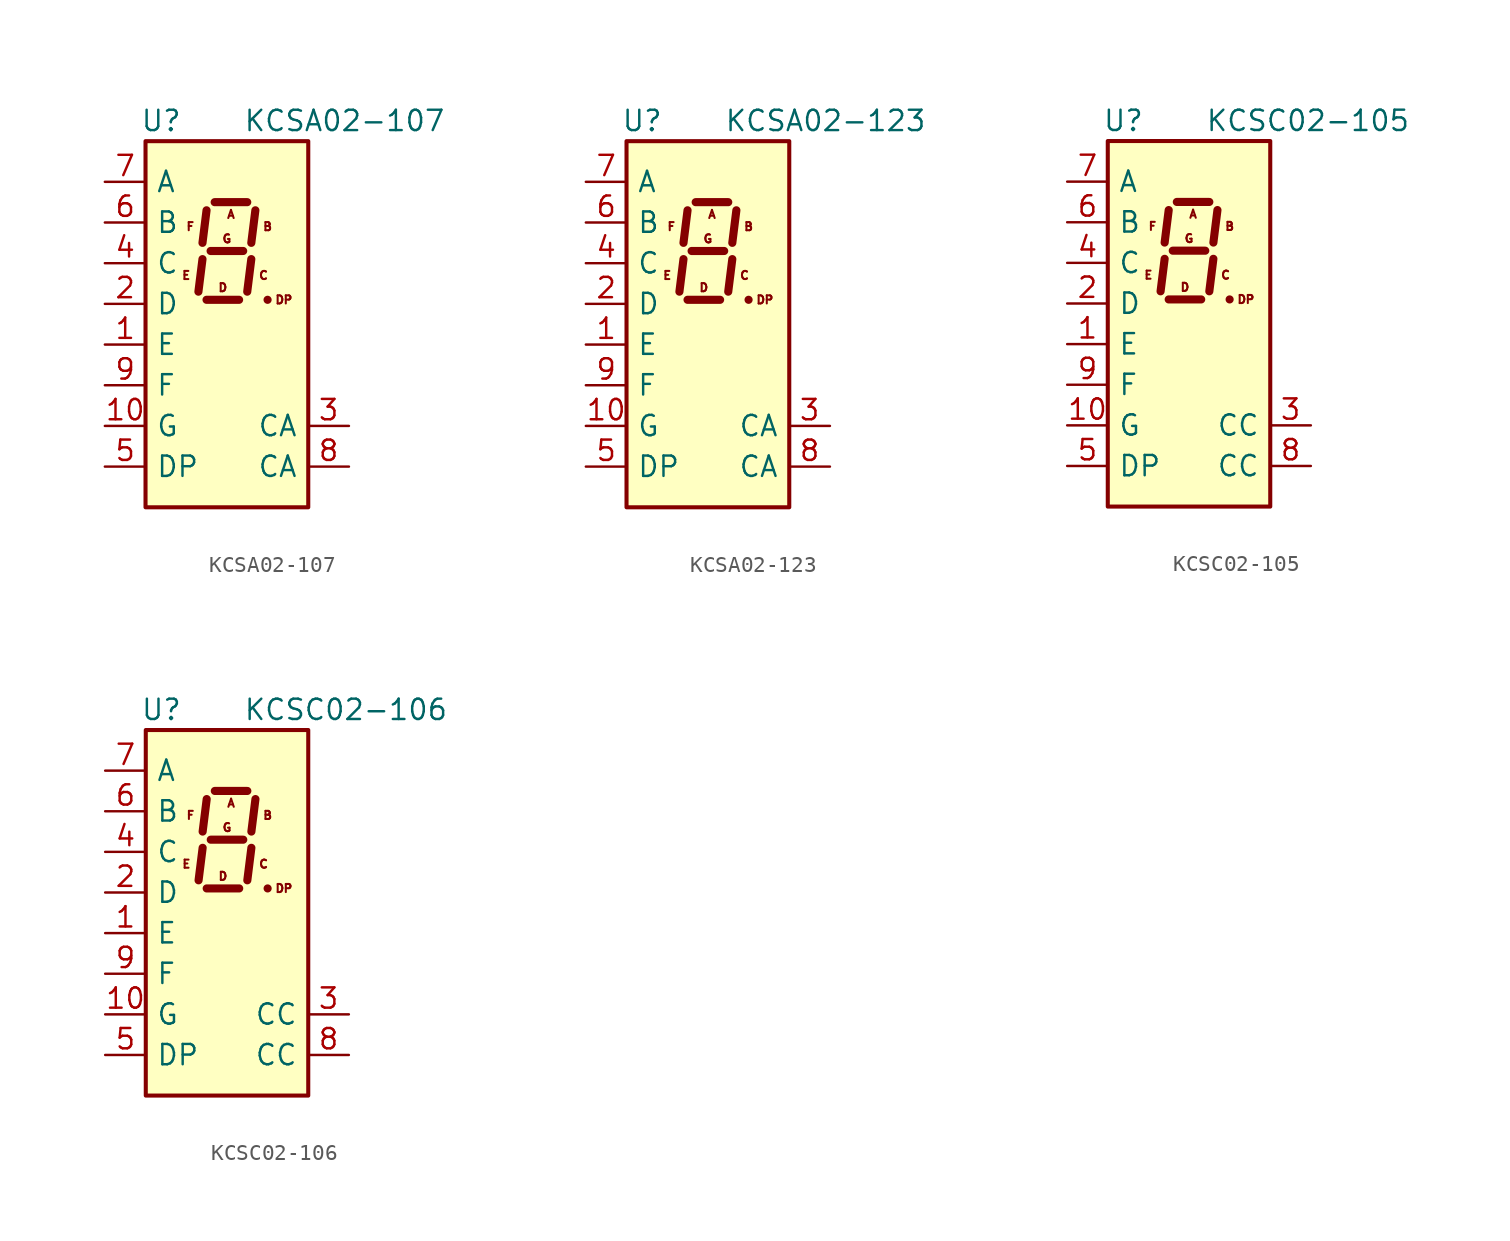
<source format=kicad_sym>
(kicad_symbol_lib
  (version 20231120)
  (generator "kicad_symbol_editor")
  (generator_version "8.0")
  (symbol "KCSA02-107"
    (pin_names
      (offset 0.635))
    (property "Reference" "U"
      (at -2.794 11.43 0)
      (effects (font (size 1.27 1.27)) (justify right)))
    (property "Value" "KCSA02-107"
      (at 1.016 11.43 0)
      (effects (font (size 1.27 1.27)) (justify left)))
    (symbol "KCSA02-107_0_0"
      (text "A" (at 0.254 5.588 0) (effects (font (size 0.508 0.508))))
      (text "B" (at 2.54 4.826 0) (effects (font (size 0.508 0.508))))
      (text "C" (at 2.286 1.778 0) (effects (font (size 0.508 0.508))))
      (text "D" (at -0.254 1.016 0) (effects (font (size 0.508 0.508))))
      (text "DP" (at 3.556 0.254 0) (effects (font (size 0.508 0.508))))
      (text "E" (at -2.54 1.778 0) (effects (font (size 0.508 0.508))))
      (text "F" (at -2.286 4.826 0) (effects (font (size 0.508 0.508))))
      (text "G" (at 0 4.064 0) (effects (font (size 0.508 0.508)))))
    (symbol "KCSA02-107_0_1"
      (rectangle (start -5.08 10.16) (end 5.08 -12.7) (stroke (width 0.254) (type default)) (fill (type background)))
      (polyline (pts (xy -1.524 2.794) (xy -1.778 0.762)) (stroke (width 0.508) (type default)) (fill (type none)))
      (polyline (pts (xy -1.27 0.254) (xy 0.762 0.254)) (stroke (width 0.508) (type default)) (fill (type none)))
      (polyline (pts (xy -1.27 5.842) (xy -1.524 3.81)) (stroke (width 0.508) (type default)) (fill (type none)))
      (polyline (pts (xy -1.016 3.302) (xy 1.016 3.302)) (stroke (width 0.508) (type default)) (fill (type none)))
      (polyline (pts (xy -0.762 6.35) (xy 1.27 6.35)) (stroke (width 0.508) (type default)) (fill (type none)))
      (polyline (pts (xy 1.524 2.794) (xy 1.27 0.762)) (stroke (width 0.508) (type default)) (fill (type none)))
      (polyline (pts (xy 1.778 5.842) (xy 1.524 3.81)) (stroke (width 0.508) (type default)) (fill (type none)))
      (polyline (pts (xy 2.54 0.254) (xy 2.54 0.254)) (stroke (width 0.508) (type default)) (fill (type none))))
    (symbol "KCSA02-107_1_1"
      (pin input line (at -7.62 -2.54 0) (length 2.54) (name "E" (effects (font (size 1.27 1.27)))) (number "1" (effects (font (size 1.27 1.27)))))
      (pin input line (at -7.62 -7.62 0) (length 2.54) (name "G" (effects (font (size 1.27 1.27)))) (number "10" (effects (font (size 1.27 1.27)))))
      (pin input line (at -7.62 0 0) (length 2.54) (name "D" (effects (font (size 1.27 1.27)))) (number "2" (effects (font (size 1.27 1.27)))))
      (pin input line (at 7.62 -7.62 180) (length 2.54) (name "CA" (effects (font (size 1.27 1.27)))) (number "3" (effects (font (size 1.27 1.27)))))
      (pin input line (at -7.62 2.54 0) (length 2.54) (name "C" (effects (font (size 1.27 1.27)))) (number "4" (effects (font (size 1.27 1.27)))))
      (pin input line (at -7.62 -10.16 0) (length 2.54) (name "DP" (effects (font (size 1.27 1.27)))) (number "5" (effects (font (size 1.27 1.27)))))
      (pin input line (at -7.62 5.08 0) (length 2.54) (name "B" (effects (font (size 1.27 1.27)))) (number "6" (effects (font (size 1.27 1.27)))))
      (pin input line (at -7.62 7.62 0) (length 2.54) (name "A" (effects (font (size 1.27 1.27)))) (number "7" (effects (font (size 1.27 1.27)))))
      (pin input line (at 7.62 -10.16 180) (length 2.54) (name "CA" (effects (font (size 1.27 1.27)))) (number "8" (effects (font (size 1.27 1.27)))))
      (pin input line (at -7.62 -5.08 0) (length 2.54) (name "F" (effects (font (size 1.27 1.27)))) (number "9" (effects (font (size 1.27 1.27)))))))
  (symbol "KCSA02-123"
    (pin_names
      (offset 0.635))
    (property "Reference" "U"
      (at -2.794 11.43 0)
      (effects (font (size 1.27 1.27)) (justify right)))
    (property "Value" "KCSA02-123"
      (at 1.016 11.43 0)
      (effects (font (size 1.27 1.27)) (justify left)))
    (symbol "KCSA02-123_0_0"
      (text "A" (at 0.254 5.588 0) (effects (font (size 0.508 0.508))))
      (text "B" (at 2.54 4.826 0) (effects (font (size 0.508 0.508))))
      (text "C" (at 2.286 1.778 0) (effects (font (size 0.508 0.508))))
      (text "D" (at -0.254 1.016 0) (effects (font (size 0.508 0.508))))
      (text "DP" (at 3.556 0.254 0) (effects (font (size 0.508 0.508))))
      (text "E" (at -2.54 1.778 0) (effects (font (size 0.508 0.508))))
      (text "F" (at -2.286 4.826 0) (effects (font (size 0.508 0.508))))
      (text "G" (at 0 4.064 0) (effects (font (size 0.508 0.508)))))
    (symbol "KCSA02-123_0_1"
      (rectangle (start -5.08 10.16) (end 5.08 -12.7) (stroke (width 0.254) (type default)) (fill (type background)))
      (polyline (pts (xy -1.524 2.794) (xy -1.778 0.762)) (stroke (width 0.508) (type default)) (fill (type none)))
      (polyline (pts (xy -1.27 0.254) (xy 0.762 0.254)) (stroke (width 0.508) (type default)) (fill (type none)))
      (polyline (pts (xy -1.27 5.842) (xy -1.524 3.81)) (stroke (width 0.508) (type default)) (fill (type none)))
      (polyline (pts (xy -1.016 3.302) (xy 1.016 3.302)) (stroke (width 0.508) (type default)) (fill (type none)))
      (polyline (pts (xy -0.762 6.35) (xy 1.27 6.35)) (stroke (width 0.508) (type default)) (fill (type none)))
      (polyline (pts (xy 1.524 2.794) (xy 1.27 0.762)) (stroke (width 0.508) (type default)) (fill (type none)))
      (polyline (pts (xy 1.778 5.842) (xy 1.524 3.81)) (stroke (width 0.508) (type default)) (fill (type none)))
      (polyline (pts (xy 2.54 0.254) (xy 2.54 0.254)) (stroke (width 0.508) (type default)) (fill (type none))))
    (symbol "KCSA02-123_1_1"
      (pin input line (at -7.62 -2.54 0) (length 2.54) (name "E" (effects (font (size 1.27 1.27)))) (number "1" (effects (font (size 1.27 1.27)))))
      (pin input line (at -7.62 -7.62 0) (length 2.54) (name "G" (effects (font (size 1.27 1.27)))) (number "10" (effects (font (size 1.27 1.27)))))
      (pin input line (at -7.62 0 0) (length 2.54) (name "D" (effects (font (size 1.27 1.27)))) (number "2" (effects (font (size 1.27 1.27)))))
      (pin input line (at 7.62 -7.62 180) (length 2.54) (name "CA" (effects (font (size 1.27 1.27)))) (number "3" (effects (font (size 1.27 1.27)))))
      (pin input line (at -7.62 2.54 0) (length 2.54) (name "C" (effects (font (size 1.27 1.27)))) (number "4" (effects (font (size 1.27 1.27)))))
      (pin input line (at -7.62 -10.16 0) (length 2.54) (name "DP" (effects (font (size 1.27 1.27)))) (number "5" (effects (font (size 1.27 1.27)))))
      (pin input line (at -7.62 5.08 0) (length 2.54) (name "B" (effects (font (size 1.27 1.27)))) (number "6" (effects (font (size 1.27 1.27)))))
      (pin input line (at -7.62 7.62 0) (length 2.54) (name "A" (effects (font (size 1.27 1.27)))) (number "7" (effects (font (size 1.27 1.27)))))
      (pin input line (at 7.62 -10.16 180) (length 2.54) (name "CA" (effects (font (size 1.27 1.27)))) (number "8" (effects (font (size 1.27 1.27)))))
      (pin input line (at -7.62 -5.08 0) (length 2.54) (name "F" (effects (font (size 1.27 1.27)))) (number "9" (effects (font (size 1.27 1.27)))))))
  (symbol "KCSC02-105"
    (pin_names
      (offset 0.635))
    (property "Reference" "U"
      (at -2.794 11.43 0)
      (effects (font (size 1.27 1.27)) (justify right)))
    (property "Value" "KCSC02-105"
      (at 1.016 11.43 0)
      (effects (font (size 1.27 1.27)) (justify left)))
    (symbol "KCSC02-105_0_0"
      (text "A" (at 0.254 5.588 0) (effects (font (size 0.508 0.508))))
      (text "B" (at 2.54 4.826 0) (effects (font (size 0.508 0.508))))
      (text "C" (at 2.286 1.778 0) (effects (font (size 0.508 0.508))))
      (text "D" (at -0.254 1.016 0) (effects (font (size 0.508 0.508))))
      (text "DP" (at 3.556 0.254 0) (effects (font (size 0.508 0.508))))
      (text "E" (at -2.54 1.778 0) (effects (font (size 0.508 0.508))))
      (text "F" (at -2.286 4.826 0) (effects (font (size 0.508 0.508))))
      (text "G" (at 0 4.064 0) (effects (font (size 0.508 0.508)))))
    (symbol "KCSC02-105_0_1"
      (rectangle (start -5.08 10.16) (end 5.08 -12.7) (stroke (width 0.254) (type default)) (fill (type background)))
      (polyline (pts (xy -1.524 2.794) (xy -1.778 0.762)) (stroke (width 0.508) (type default)) (fill (type none)))
      (polyline (pts (xy -1.27 0.254) (xy 0.762 0.254)) (stroke (width 0.508) (type default)) (fill (type none)))
      (polyline (pts (xy -1.27 5.842) (xy -1.524 3.81)) (stroke (width 0.508) (type default)) (fill (type none)))
      (polyline (pts (xy -1.016 3.302) (xy 1.016 3.302)) (stroke (width 0.508) (type default)) (fill (type none)))
      (polyline (pts (xy -0.762 6.35) (xy 1.27 6.35)) (stroke (width 0.508) (type default)) (fill (type none)))
      (polyline (pts (xy 1.524 2.794) (xy 1.27 0.762)) (stroke (width 0.508) (type default)) (fill (type none)))
      (polyline (pts (xy 1.778 5.842) (xy 1.524 3.81)) (stroke (width 0.508) (type default)) (fill (type none)))
      (polyline (pts (xy 2.54 0.254) (xy 2.54 0.254)) (stroke (width 0.508) (type default)) (fill (type none))))
    (symbol "KCSC02-105_1_1"
      (pin input line (at -7.62 -2.54 0) (length 2.54) (name "E" (effects (font (size 1.27 1.27)))) (number "1" (effects (font (size 1.27 1.27)))))
      (pin input line (at -7.62 -7.62 0) (length 2.54) (name "G" (effects (font (size 1.27 1.27)))) (number "10" (effects (font (size 1.27 1.27)))))
      (pin input line (at -7.62 0 0) (length 2.54) (name "D" (effects (font (size 1.27 1.27)))) (number "2" (effects (font (size 1.27 1.27)))))
      (pin input line (at 7.62 -7.62 180) (length 2.54) (name "CC" (effects (font (size 1.27 1.27)))) (number "3" (effects (font (size 1.27 1.27)))))
      (pin input line (at -7.62 2.54 0) (length 2.54) (name "C" (effects (font (size 1.27 1.27)))) (number "4" (effects (font (size 1.27 1.27)))))
      (pin input line (at -7.62 -10.16 0) (length 2.54) (name "DP" (effects (font (size 1.27 1.27)))) (number "5" (effects (font (size 1.27 1.27)))))
      (pin input line (at -7.62 5.08 0) (length 2.54) (name "B" (effects (font (size 1.27 1.27)))) (number "6" (effects (font (size 1.27 1.27)))))
      (pin input line (at -7.62 7.62 0) (length 2.54) (name "A" (effects (font (size 1.27 1.27)))) (number "7" (effects (font (size 1.27 1.27)))))
      (pin input line (at 7.62 -10.16 180) (length 2.54) (name "CC" (effects (font (size 1.27 1.27)))) (number "8" (effects (font (size 1.27 1.27)))))
      (pin input line (at -7.62 -5.08 0) (length 2.54) (name "F" (effects (font (size 1.27 1.27)))) (number "9" (effects (font (size 1.27 1.27)))))))
  (symbol "KCSC02-106"
    (pin_names
      (offset 0.635))
    (property "Reference" "U"
      (at -2.794 11.43 0)
      (effects (font (size 1.27 1.27)) (justify right)))
    (property "Value" "KCSC02-106"
      (at 1.016 11.43 0)
      (effects (font (size 1.27 1.27)) (justify left)))
    (symbol "KCSC02-106_0_0"
      (text "A" (at 0.254 5.588 0) (effects (font (size 0.508 0.508))))
      (text "B" (at 2.54 4.826 0) (effects (font (size 0.508 0.508))))
      (text "C" (at 2.286 1.778 0) (effects (font (size 0.508 0.508))))
      (text "D" (at -0.254 1.016 0) (effects (font (size 0.508 0.508))))
      (text "DP" (at 3.556 0.254 0) (effects (font (size 0.508 0.508))))
      (text "E" (at -2.54 1.778 0) (effects (font (size 0.508 0.508))))
      (text "F" (at -2.286 4.826 0) (effects (font (size 0.508 0.508))))
      (text "G" (at 0 4.064 0) (effects (font (size 0.508 0.508)))))
    (symbol "KCSC02-106_0_1"
      (rectangle (start -5.08 10.16) (end 5.08 -12.7) (stroke (width 0.254) (type default)) (fill (type background)))
      (polyline (pts (xy -1.524 2.794) (xy -1.778 0.762)) (stroke (width 0.508) (type default)) (fill (type none)))
      (polyline (pts (xy -1.27 0.254) (xy 0.762 0.254)) (stroke (width 0.508) (type default)) (fill (type none)))
      (polyline (pts (xy -1.27 5.842) (xy -1.524 3.81)) (stroke (width 0.508) (type default)) (fill (type none)))
      (polyline (pts (xy -1.016 3.302) (xy 1.016 3.302)) (stroke (width 0.508) (type default)) (fill (type none)))
      (polyline (pts (xy -0.762 6.35) (xy 1.27 6.35)) (stroke (width 0.508) (type default)) (fill (type none)))
      (polyline (pts (xy 1.524 2.794) (xy 1.27 0.762)) (stroke (width 0.508) (type default)) (fill (type none)))
      (polyline (pts (xy 1.778 5.842) (xy 1.524 3.81)) (stroke (width 0.508) (type default)) (fill (type none)))
      (polyline (pts (xy 2.54 0.254) (xy 2.54 0.254)) (stroke (width 0.508) (type default)) (fill (type none))))
    (symbol "KCSC02-106_1_1"
      (pin input line (at -7.62 -2.54 0) (length 2.54) (name "E" (effects (font (size 1.27 1.27)))) (number "1" (effects (font (size 1.27 1.27)))))
      (pin input line (at -7.62 -7.62 0) (length 2.54) (name "G" (effects (font (size 1.27 1.27)))) (number "10" (effects (font (size 1.27 1.27)))))
      (pin input line (at -7.62 0 0) (length 2.54) (name "D" (effects (font (size 1.27 1.27)))) (number "2" (effects (font (size 1.27 1.27)))))
      (pin input line (at 7.62 -7.62 180) (length 2.54) (name "CC" (effects (font (size 1.27 1.27)))) (number "3" (effects (font (size 1.27 1.27)))))
      (pin input line (at -7.62 2.54 0) (length 2.54) (name "C" (effects (font (size 1.27 1.27)))) (number "4" (effects (font (size 1.27 1.27)))))
      (pin input line (at -7.62 -10.16 0) (length 2.54) (name "DP" (effects (font (size 1.27 1.27)))) (number "5" (effects (font (size 1.27 1.27)))))
      (pin input line (at -7.62 5.08 0) (length 2.54) (name "B" (effects (font (size 1.27 1.27)))) (number "6" (effects (font (size 1.27 1.27)))))
      (pin input line (at -7.62 7.62 0) (length 2.54) (name "A" (effects (font (size 1.27 1.27)))) (number "7" (effects (font (size 1.27 1.27)))))
      (pin input line (at 7.62 -10.16 180) (length 2.54) (name "CC" (effects (font (size 1.27 1.27)))) (number "8" (effects (font (size 1.27 1.27)))))
      (pin input line (at -7.62 -5.08 0) (length 2.54) (name "F" (effects (font (size 1.27 1.27)))) (number "9" (effects (font (size 1.27 1.27))))))))
</source>
